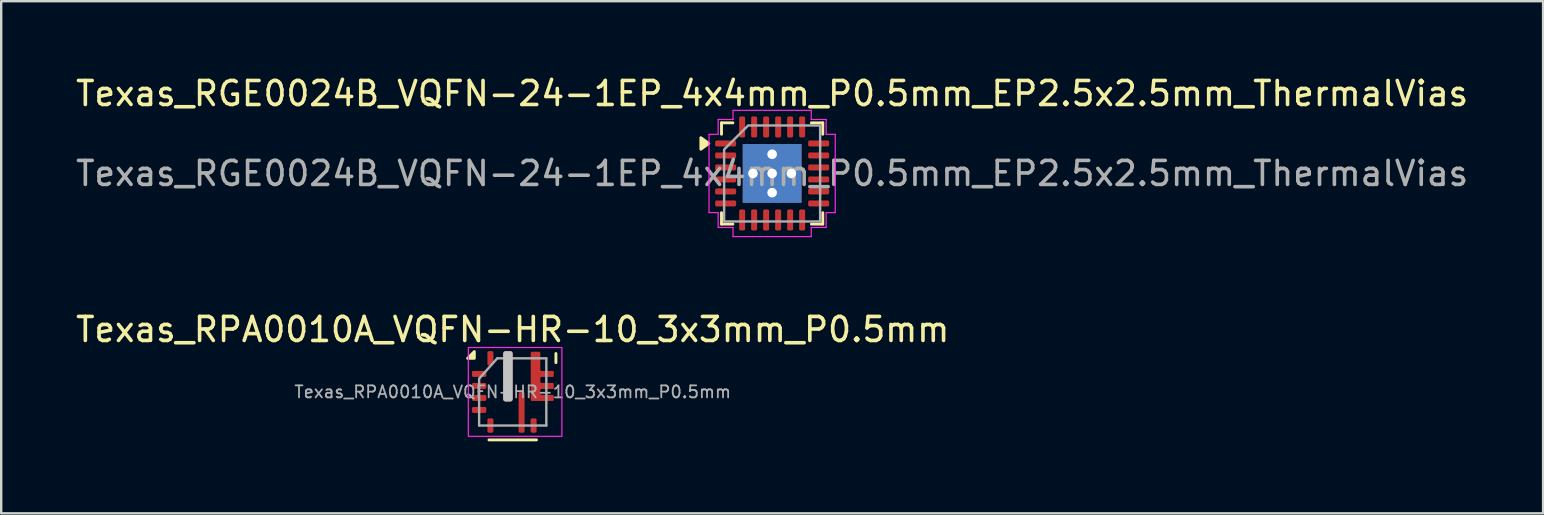
<source format=kicad_pcb>
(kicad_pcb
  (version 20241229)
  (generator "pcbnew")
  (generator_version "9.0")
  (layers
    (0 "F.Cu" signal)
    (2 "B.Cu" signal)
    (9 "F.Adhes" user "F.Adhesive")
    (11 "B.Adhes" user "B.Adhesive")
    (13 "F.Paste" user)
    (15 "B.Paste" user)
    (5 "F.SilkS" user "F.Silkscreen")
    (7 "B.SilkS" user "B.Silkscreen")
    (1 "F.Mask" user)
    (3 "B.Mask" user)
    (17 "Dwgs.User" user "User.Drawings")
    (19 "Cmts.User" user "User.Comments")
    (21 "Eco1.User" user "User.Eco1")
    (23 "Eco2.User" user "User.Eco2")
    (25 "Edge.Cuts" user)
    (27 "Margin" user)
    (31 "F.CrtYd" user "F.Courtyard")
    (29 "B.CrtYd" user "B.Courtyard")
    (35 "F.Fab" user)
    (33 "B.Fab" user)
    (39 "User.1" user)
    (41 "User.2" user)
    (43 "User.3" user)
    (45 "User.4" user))
  (footprint "Texas_RPA0010A_VQFN-HR-10_3x3mm_P0.5mm"
    (layer "F.Cu")
    (at 18.315 13.281)
    (property "Reference" "Texas_RPA0010A_VQFN-HR-10_3x3mm_P0.5mm" (at 0 -2.6 0) (unlocked yes) (layer "F.SilkS") (effects (font (size 1 1) (thickness 0.15))))
    (attr smd)
    (fp_line (start -0.99 2) (end 0.99 2) (stroke (width 0.12) (type default)) (layer "F.SilkS"))
    (fp_line (start 1.8 -1.22) (end 1.8 -1.6) (stroke (width 0.12) (type default)) (layer "F.SilkS"))
    (fp_poly (pts (xy -1.6 -1.4) (xy -1.88 -1.4) (xy -1.6 -1.68) (xy -1.6 -1.4)) (stroke (width 0.12) (type solid)) (fill yes) (layer "F.SilkS"))
    (fp_rect (start -1.85 -1.85) (end 2.05 1.85) (stroke (width 0.05) (type default)) (fill no) (layer "F.CrtYd"))
    (fp_line (start -1.4 -0.55) (end -1.4 1.4) (stroke (width 0.1) (type default)) (layer "F.Fab"))
    (fp_line (start -1.4 -0.55) (end -0.644 -1.4) (stroke (width 0.1) (type default)) (layer "F.Fab"))
    (fp_line (start -1.4 1.4) (end 1.4 1.4) (stroke (width 0.1) (type default)) (layer "F.Fab"))
    (fp_line (start 1.4 -1.4) (end -0.644 -1.4) (stroke (width 0.1) (type default)) (layer "F.Fab"))
    (fp_line (start 1.4 1.4) (end 1.4 -1.4) (stroke (width 0.1) (type default)) (layer "F.Fab"))
    (fp_text user "${REFERENCE}" (at 0 0 0) (unlocked yes) (layer "F.Fab") (effects (font (size 0.5 0.5) (thickness 0.075))))
    (pad "1" smd roundrect (at -1.4 -0.75 270) (size 0.25 0.6) (layers "F.Cu" "F.Mask" "F.Paste") (roundrect_rratio 0.25))
    (pad "2" smd roundrect (at -1.4 -0.25 270) (size 0.25 0.6) (layers "F.Cu" "F.Mask" "F.Paste") (roundrect_rratio 0.25))
    (pad "3" smd roundrect (at -1.4 0.25 270) (size 0.25 0.6) (layers "F.Cu" "F.Mask" "F.Paste") (roundrect_rratio 0.25))
    (pad "4" smd roundrect (at -1.4 0.75 270) (size 0.25 0.6) (layers "F.Cu" "F.Mask" "F.Paste") (roundrect_rratio 0.25))
    (pad "5" smd roundrect (at -0.93 1.4) (size 0.25 0.6) (layers "F.Cu" "F.Mask" "F.Paste") (roundrect_rratio 0.25))
    (pad "6" smd roundrect (at 0.37 0.85) (size 0.25 1.7) (layers "F.Cu" "F.Mask" "F.Paste") (roundrect_rratio 0.25))
    (pad "7" smd roundrect (at 0.87 1.4) (size 0.25 0.6) (layers "F.Cu" "F.Mask" "F.Paste") (roundrect_rratio 0.25))
    (pad "8" smd custom (at 0.9 -0.275) (size 0.25 0.6) (layers "F.Cu" "F.Mask" "F.Paste") (options (anchor rect)) (primitives (gr_poly (pts (arc (start 0.81 0.45) (mid 0.795355 0.414645) (end 0.76 0.4)) (arc (start 0.3 0.4) (mid 0.264645 0.385355) (end 0.25 0.35)) (arc (start 0.25 0.2) (mid 0.264645 0.164645) (end 0.3 0.15)) (arc (start 0.76 0.15) (mid 0.795355 0.135355) (end 0.81 0.1)) (arc (start 0.81 -0.05) (mid 0.795355 -0.085355) (end 0.76 -0.1)) (arc (start 0.3 -0.1) (mid 0.264645 -0.114645) (end 0.25 -0.15)) (arc (start 0.25 -0.3) (mid 0.264645 -0.335355) (end 0.3 -0.35)) (arc (start 0.76 -0.35) (mid 0.795355 -0.364645) (end 0.81 -0.4)) (arc (start 0.81 -0.55) (mid 0.795355 -0.585355) (end 0.76 -0.6)) (arc (start 0.3 -0.6) (mid 0.264645 -0.614645) (end 0.25 -0.65)) (arc (start 0.25 -1.35) (mid 0.235355 -1.385355) (end 0.2 -1.4)) (arc (start -0.1 -1.4) (mid -0.135355 -1.385355) (end -0.15 -1.35)) (arc (start -0.15 0.6) (mid -0.135355 0.635355) (end -0.1 0.65)) (arc (start 0.76 0.65) (mid 0.795355 0.635355) (end 0.81 0.6))) (width 0) (fill yes))))
    (pad "9" smd roundrect (at -0.2 -0.65) (size 0.4 2.1) (layers "F.Cu" "F.Mask" "F.Paste" "Dwgs.User") (roundrect_rratio 0.25))
    (pad "10" smd roundrect (at -0.93 -1.4) (size 0.25 0.6) (layers "F.Cu" "F.Mask" "F.Paste") (roundrect_rratio 0.25)))
  (footprint "Texas_RGE0024B_VQFN-24-1EP_4x4mm_P0.5mm_EP2.5x2.5mm_ThermalVias"
    (layer "F.Cu")
    (at 29.125 4.178)
    (property "Reference" "Texas_RGE0024B_VQFN-24-1EP_4x4mm_P0.5mm_EP2.5x2.5mm_ThermalVias" (at 0 -3.33 0) (layer "F.SilkS") (effects (font (size 1 1) (thickness 0.15))))
    (attr smd)
    (fp_line (start -2.11 -2.11) (end -1.635 -2.11) (stroke (width 0.12) (type solid)) (layer "F.SilkS"))
    (fp_line (start -2.11 -1.635) (end -2.11 -2.11) (stroke (width 0.12) (type solid)) (layer "F.SilkS"))
    (fp_line (start -2.11 2.11) (end -2.11 1.635) (stroke (width 0.12) (type solid)) (layer "F.SilkS"))
    (fp_line (start -1.635 2.11) (end -2.11 2.11) (stroke (width 0.12) (type solid)) (layer "F.SilkS"))
    (fp_line (start 1.635 -2.11) (end 2.11 -2.11) (stroke (width 0.12) (type solid)) (layer "F.SilkS"))
    (fp_line (start 2.11 -2.11) (end 2.11 -1.635) (stroke (width 0.12) (type solid)) (layer "F.SilkS"))
    (fp_line (start 2.11 1.635) (end 2.11 2.11) (stroke (width 0.12) (type solid)) (layer "F.SilkS"))
    (fp_line (start 2.11 2.11) (end 1.635 2.11) (stroke (width 0.12) (type solid)) (layer "F.SilkS"))
    (fp_poly (pts (xy -2.64 -1.25) (xy -2.97 -1.01) (xy -2.97 -1.49)) (stroke (width 0.12) (type solid)) (fill yes) (layer "F.SilkS"))
    (fp_line (start -2.63 -1.63) (end -2.25 -1.63) (stroke (width 0.05) (type solid)) (layer "F.CrtYd"))
    (fp_line (start -2.63 1.63) (end -2.63 -1.63) (stroke (width 0.05) (type solid)) (layer "F.CrtYd"))
    (fp_line (start -2.25 -2.25) (end -1.63 -2.25) (stroke (width 0.05) (type solid)) (layer "F.CrtYd"))
    (fp_line (start -2.25 -1.63) (end -2.25 -2.25) (stroke (width 0.05) (type solid)) (layer "F.CrtYd"))
    (fp_line (start -2.25 1.63) (end -2.63 1.63) (stroke (width 0.05) (type solid)) (layer "F.CrtYd"))
    (fp_line (start -2.25 2.25) (end -2.25 1.63) (stroke (width 0.05) (type solid)) (layer "F.CrtYd"))
    (fp_line (start -1.63 -2.63) (end 1.63 -2.63) (stroke (width 0.05) (type solid)) (layer "F.CrtYd"))
    (fp_line (start -1.63 -2.25) (end -1.63 -2.63) (stroke (width 0.05) (type solid)) (layer "F.CrtYd"))
    (fp_line (start -1.63 2.25) (end -2.25 2.25) (stroke (width 0.05) (type solid)) (layer "F.CrtYd"))
    (fp_line (start -1.63 2.63) (end -1.63 2.25) (stroke (width 0.05) (type solid)) (layer "F.CrtYd"))
    (fp_line (start 1.63 -2.63) (end 1.63 -2.25) (stroke (width 0.05) (type solid)) (layer "F.CrtYd"))
    (fp_line (start 1.63 -2.25) (end 2.25 -2.25) (stroke (width 0.05) (type solid)) (layer "F.CrtYd"))
    (fp_line (start 1.63 2.25) (end 1.63 2.63) (stroke (width 0.05) (type solid)) (layer "F.CrtYd"))
    (fp_line (start 1.63 2.63) (end -1.63 2.63) (stroke (width 0.05) (type solid)) (layer "F.CrtYd"))
    (fp_line (start 2.25 -2.25) (end 2.25 -1.63) (stroke (width 0.05) (type solid)) (layer "F.CrtYd"))
    (fp_line (start 2.25 -1.63) (end 2.63 -1.63) (stroke (width 0.05) (type solid)) (layer "F.CrtYd"))
    (fp_line (start 2.25 1.63) (end 2.25 2.25) (stroke (width 0.05) (type solid)) (layer "F.CrtYd"))
    (fp_line (start 2.25 2.25) (end 1.63 2.25) (stroke (width 0.05) (type solid)) (layer "F.CrtYd"))
    (fp_line (start 2.63 -1.63) (end 2.63 1.63) (stroke (width 0.05) (type solid)) (layer "F.CrtYd"))
    (fp_line (start 2.63 1.63) (end 2.25 1.63) (stroke (width 0.05) (type solid)) (layer "F.CrtYd"))
    (fp_poly (pts (xy -2 -1) (xy -2 2) (xy 2 2) (xy 2 -2) (xy -1 -2)) (stroke (width 0.1) (type solid)) (fill no) (layer "F.Fab"))
    (fp_text user "${REFERENCE}" (at 0 0 0) (layer "F.Fab") (effects (font (size 1 1) (thickness 0.15))))
    (pad "" smd roundrect (at -0.525 -0.525) (size 0.85 0.85) (layers "F.Paste") (roundrect_rratio 0.25))
    (pad "" smd roundrect (at -0.525 0.525) (size 0.85 0.85) (layers "F.Paste") (roundrect_rratio 0.25))
    (pad "" smd roundrect (at 0.525 -0.525) (size 0.85 0.85) (layers "F.Paste") (roundrect_rratio 0.25))
    (pad "" smd roundrect (at 0.525 0.525) (size 0.85 0.85) (layers "F.Paste") (roundrect_rratio 0.25))
    (pad "1" smd roundrect (at -1.938 -1.25) (size 0.875 0.25) (layers "F.Cu" "F.Mask" "F.Paste") (roundrect_rratio 0.25))
    (pad "2" smd roundrect (at -1.938 -0.75) (size 0.875 0.25) (layers "F.Cu" "F.Mask" "F.Paste") (roundrect_rratio 0.25))
    (pad "3" smd roundrect (at -1.938 -0.25) (size 0.875 0.25) (layers "F.Cu" "F.Mask" "F.Paste") (roundrect_rratio 0.25))
    (pad "4" smd roundrect (at -1.938 0.25) (size 0.875 0.25) (layers "F.Cu" "F.Mask" "F.Paste") (roundrect_rratio 0.25))
    (pad "5" smd roundrect (at -1.938 0.75) (size 0.875 0.25) (layers "F.Cu" "F.Mask" "F.Paste") (roundrect_rratio 0.25))
    (pad "6" smd roundrect (at -1.938 1.25) (size 0.875 0.25) (layers "F.Cu" "F.Mask" "F.Paste") (roundrect_rratio 0.25))
    (pad "7" smd roundrect (at -1.25 1.938) (size 0.25 0.875) (layers "F.Cu" "F.Mask" "F.Paste") (roundrect_rratio 0.25))
    (pad "8" smd roundrect (at -0.75 1.938) (size 0.25 0.875) (layers "F.Cu" "F.Mask" "F.Paste") (roundrect_rratio 0.25))
    (pad "9" smd roundrect (at -0.25 1.938) (size 0.25 0.875) (layers "F.Cu" "F.Mask" "F.Paste") (roundrect_rratio 0.25))
    (pad "10" smd roundrect (at 0.25 1.938) (size 0.25 0.875) (layers "F.Cu" "F.Mask" "F.Paste") (roundrect_rratio 0.25))
    (pad "11" smd roundrect (at 0.75 1.938) (size 0.25 0.875) (layers "F.Cu" "F.Mask" "F.Paste") (roundrect_rratio 0.25))
    (pad "12" smd roundrect (at 1.25 1.938) (size 0.25 0.875) (layers "F.Cu" "F.Mask" "F.Paste") (roundrect_rratio 0.25))
    (pad "13" smd roundrect (at 1.938 1.25) (size 0.875 0.25) (layers "F.Cu" "F.Mask" "F.Paste") (roundrect_rratio 0.25))
    (pad "14" smd roundrect (at 1.938 0.75) (size 0.875 0.25) (layers "F.Cu" "F.Mask" "F.Paste") (roundrect_rratio 0.25))
    (pad "15" smd roundrect (at 1.938 0.25) (size 0.875 0.25) (layers "F.Cu" "F.Mask" "F.Paste") (roundrect_rratio 0.25))
    (pad "16" smd roundrect (at 1.938 -0.25) (size 0.875 0.25) (layers "F.Cu" "F.Mask" "F.Paste") (roundrect_rratio 0.25))
    (pad "17" smd roundrect (at 1.938 -0.75) (size 0.875 0.25) (layers "F.Cu" "F.Mask" "F.Paste") (roundrect_rratio 0.25))
    (pad "18" smd roundrect (at 1.938 -1.25) (size 0.875 0.25) (layers "F.Cu" "F.Mask" "F.Paste") (roundrect_rratio 0.25))
    (pad "19" smd roundrect (at 1.25 -1.938) (size 0.25 0.875) (layers "F.Cu" "F.Mask" "F.Paste") (roundrect_rratio 0.25))
    (pad "20" smd roundrect (at 0.75 -1.938) (size 0.25 0.875) (layers "F.Cu" "F.Mask" "F.Paste") (roundrect_rratio 0.25))
    (pad "21" smd roundrect (at 0.25 -1.938) (size 0.25 0.875) (layers "F.Cu" "F.Mask" "F.Paste") (roundrect_rratio 0.25))
    (pad "22" smd roundrect (at -0.25 -1.938) (size 0.25 0.875) (layers "F.Cu" "F.Mask" "F.Paste") (roundrect_rratio 0.25))
    (pad "23" smd roundrect (at -0.75 -1.938) (size 0.25 0.875) (layers "F.Cu" "F.Mask" "F.Paste") (roundrect_rratio 0.25))
    (pad "24" smd roundrect (at -1.25 -1.938) (size 0.25 0.875) (layers "F.Cu" "F.Mask" "F.Paste") (roundrect_rratio 0.25))
    (pad "25" thru_hole circle (at -0.8 0) (size 0.5 0.5) (drill 0.4) (property pad_prop_heatsink) (layers "*.Cu"))
    (pad "25" thru_hole circle (at 0 -0.8) (size 0.5 0.5) (drill 0.4) (property pad_prop_heatsink) (layers "*.Cu"))
    (pad "25" thru_hole circle (at 0 0) (size 0.5 0.5) (drill 0.4) (property pad_prop_heatsink) (layers "*.Cu"))
    (pad "25" smd rect (at 0 0) (size 2.45 2.45) (property pad_prop_heatsink) (layers "F.Cu" "F.Mask"))
    (pad "25" smd rect (at 0 0) (size 2.45 2.45) (property pad_prop_heatsink) (layers "B.Cu"))
    (pad "25" thru_hole circle (at 0 0.8) (size 0.5 0.5) (drill 0.4) (property pad_prop_heatsink) (layers "*.Cu"))
    (pad "25" thru_hole circle (at 0.8 0) (size 0.5 0.5) (drill 0.4) (property pad_prop_heatsink) (layers "*.Cu")))
  (gr_rect
    (start -3 -3)
    (end 61.25 18.341)
    (stroke (width 0.1) (type default))
    (fill no)
    (layer "Edge.Cuts")))
</source>
